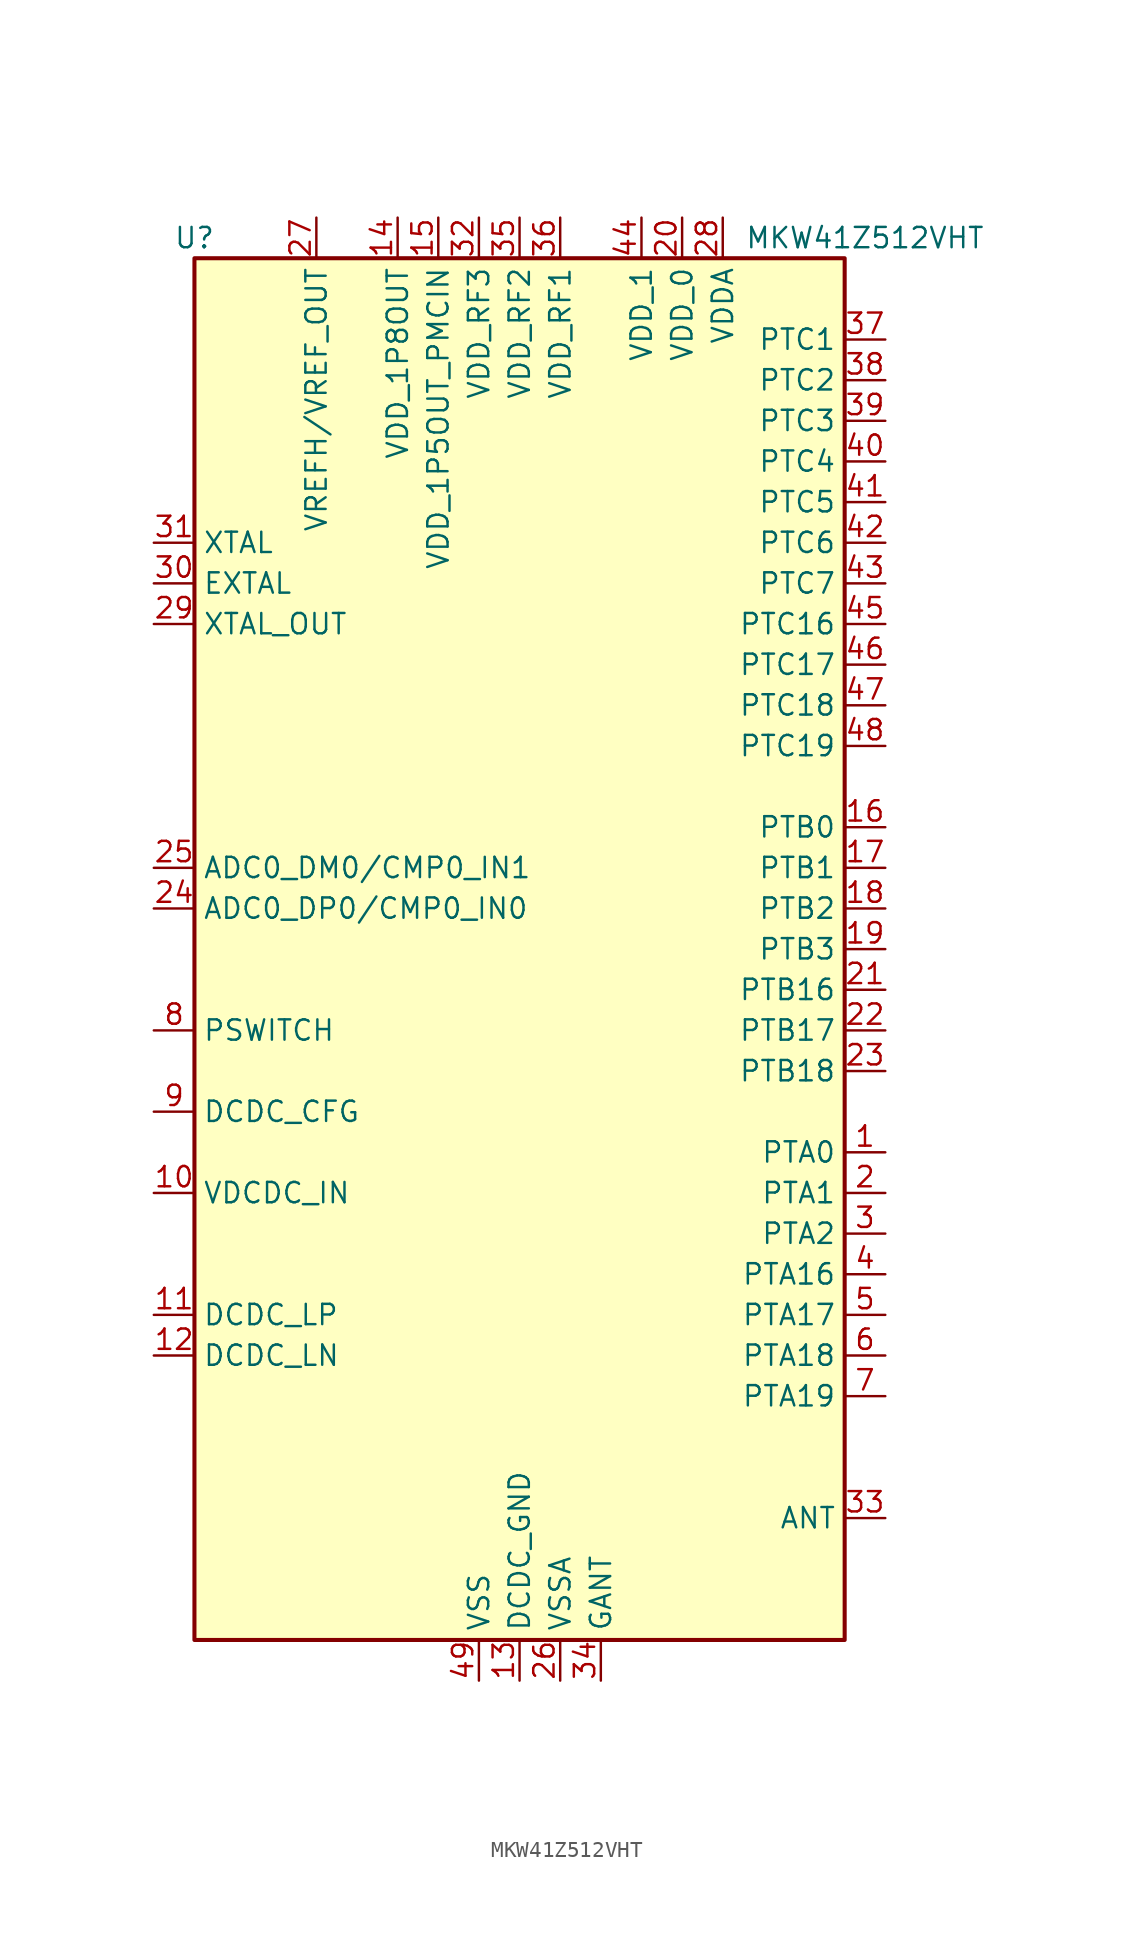
<source format=kicad_sym>
(kicad_symbol_lib
  (version 20200908)
  (generator kicad_symbol_editor)
  (symbol "MCU_NXP_Kinetis:MKW41Z512VHT"
    (property "Reference" "U"
      (at -20.32 44.45 0)
      (effects (font (size 1.27 1.27))))
    (property "Value" "MKW41Z512VHT"
      (at 21.59 44.45 0)
      (effects (font (size 1.27 1.27))))
    (symbol "MKW41Z512VHT_0_1"
      (rectangle (start -20.32 -43.18) (end 20.32 43.18) (stroke (width 0.254)) (fill (type background))))
    (symbol "MKW41Z512VHT_0_0"
      (pin bidirectional line (at 22.86 -12.7 180) (length 2.54) (name "PTA0" (effects (font (size 1.27 1.27)))) (number "1" (effects (font (size 1.27 1.27)))))
      (pin power_in line (at -22.86 -15.24 0) (length 2.54) (name "VDCDC_IN" (effects (font (size 1.27 1.27)))) (number "10" (effects (font (size 1.27 1.27)))))
      (pin passive line (at -22.86 -22.86 0) (length 2.54) (name "DCDC_LP" (effects (font (size 1.27 1.27)))) (number "11" (effects (font (size 1.27 1.27)))))
      (pin passive line (at -22.86 -25.4 0) (length 2.54) (name "DCDC_LN" (effects (font (size 1.27 1.27)))) (number "12" (effects (font (size 1.27 1.27)))))
      (pin power_in line (at 0 -45.72 90) (length 2.54) (name "DCDC_GND" (effects (font (size 1.27 1.27)))) (number "13" (effects (font (size 1.27 1.27)))))
      (pin power_out line (at -7.62 45.72 270) (length 2.54) (name "VDD_1P8OUT" (effects (font (size 1.27 1.27)))) (number "14" (effects (font (size 1.27 1.27)))))
      (pin power_out line (at -5.08 45.72 270) (length 2.54) (name "VDD_1P5OUT_PMCIN" (effects (font (size 1.27 1.27)))) (number "15" (effects (font (size 1.27 1.27)))))
      (pin bidirectional line (at 22.86 7.62 180) (length 2.54) (name "PTB0" (effects (font (size 1.27 1.27)))) (number "16" (effects (font (size 1.27 1.27)))))
      (pin bidirectional line (at 22.86 5.08 180) (length 2.54) (name "PTB1" (effects (font (size 1.27 1.27)))) (number "17" (effects (font (size 1.27 1.27)))))
      (pin bidirectional line (at 22.86 2.54 180) (length 2.54) (name "PTB2" (effects (font (size 1.27 1.27)))) (number "18" (effects (font (size 1.27 1.27)))))
      (pin bidirectional line (at 22.86 0 180) (length 2.54) (name "PTB3" (effects (font (size 1.27 1.27)))) (number "19" (effects (font (size 1.27 1.27)))))
      (pin bidirectional line (at 22.86 -15.24 180) (length 2.54) (name "PTA1" (effects (font (size 1.27 1.27)))) (number "2" (effects (font (size 1.27 1.27)))))
      (pin power_in line (at 10.16 45.72 270) (length 2.54) (name "VDD_0" (effects (font (size 1.27 1.27)))) (number "20" (effects (font (size 1.27 1.27)))))
      (pin bidirectional line (at 22.86 -2.54 180) (length 2.54) (name "PTB16" (effects (font (size 1.27 1.27)))) (number "21" (effects (font (size 1.27 1.27)))))
      (pin bidirectional line (at 22.86 -5.08 180) (length 2.54) (name "PTB17" (effects (font (size 1.27 1.27)))) (number "22" (effects (font (size 1.27 1.27)))))
      (pin bidirectional line (at 22.86 -7.62 180) (length 2.54) (name "PTB18" (effects (font (size 1.27 1.27)))) (number "23" (effects (font (size 1.27 1.27)))))
      (pin input line (at -22.86 2.54 0) (length 2.54) (name "ADC0_DP0/CMP0_IN0" (effects (font (size 1.27 1.27)))) (number "24" (effects (font (size 1.27 1.27)))))
      (pin input line (at -22.86 5.08 0) (length 2.54) (name "ADC0_DM0/CMP0_IN1" (effects (font (size 1.27 1.27)))) (number "25" (effects (font (size 1.27 1.27)))))
      (pin power_in line (at 2.54 -45.72 90) (length 2.54) (name "VSSA" (effects (font (size 1.27 1.27)))) (number "26" (effects (font (size 1.27 1.27)))))
      (pin bidirectional line (at -12.7 45.72 270) (length 2.54) (name "VREFH/VREF_OUT" (effects (font (size 1.27 1.27)))) (number "27" (effects (font (size 1.27 1.27)))))
      (pin power_in line (at 12.7 45.72 270) (length 2.54) (name "VDDA" (effects (font (size 1.27 1.27)))) (number "28" (effects (font (size 1.27 1.27)))))
      (pin output line (at -22.86 20.32 0) (length 2.54) (name "XTAL_OUT" (effects (font (size 1.27 1.27)))) (number "29" (effects (font (size 1.27 1.27)))))
      (pin bidirectional line (at 22.86 -17.78 180) (length 2.54) (name "PTA2" (effects (font (size 1.27 1.27)))) (number "3" (effects (font (size 1.27 1.27)))))
      (pin input line (at -22.86 22.86 0) (length 2.54) (name "EXTAL" (effects (font (size 1.27 1.27)))) (number "30" (effects (font (size 1.27 1.27)))))
      (pin input line (at -22.86 25.4 0) (length 2.54) (name "XTAL" (effects (font (size 1.27 1.27)))) (number "31" (effects (font (size 1.27 1.27)))))
      (pin power_in line (at -2.54 45.72 270) (length 2.54) (name "VDD_RF3" (effects (font (size 1.27 1.27)))) (number "32" (effects (font (size 1.27 1.27)))))
      (pin passive line (at 22.86 -35.56 180) (length 2.54) (name "ANT" (effects (font (size 1.27 1.27)))) (number "33" (effects (font (size 1.27 1.27)))))
      (pin power_in line (at 5.08 -45.72 90) (length 2.54) (name "GANT" (effects (font (size 1.27 1.27)))) (number "34" (effects (font (size 1.27 1.27)))))
      (pin power_in line (at 0 45.72 270) (length 2.54) (name "VDD_RF2" (effects (font (size 1.27 1.27)))) (number "35" (effects (font (size 1.27 1.27)))))
      (pin power_in line (at 2.54 45.72 270) (length 2.54) (name "VDD_RF1" (effects (font (size 1.27 1.27)))) (number "36" (effects (font (size 1.27 1.27)))))
      (pin bidirectional line (at 22.86 38.1 180) (length 2.54) (name "PTC1" (effects (font (size 1.27 1.27)))) (number "37" (effects (font (size 1.27 1.27)))))
      (pin bidirectional line (at 22.86 35.56 180) (length 2.54) (name "PTC2" (effects (font (size 1.27 1.27)))) (number "38" (effects (font (size 1.27 1.27)))))
      (pin bidirectional line (at 22.86 33.02 180) (length 2.54) (name "PTC3" (effects (font (size 1.27 1.27)))) (number "39" (effects (font (size 1.27 1.27)))))
      (pin bidirectional line (at 22.86 -20.32 180) (length 2.54) (name "PTA16" (effects (font (size 1.27 1.27)))) (number "4" (effects (font (size 1.27 1.27)))))
      (pin bidirectional line (at 22.86 30.48 180) (length 2.54) (name "PTC4" (effects (font (size 1.27 1.27)))) (number "40" (effects (font (size 1.27 1.27)))))
      (pin bidirectional line (at 22.86 27.94 180) (length 2.54) (name "PTC5" (effects (font (size 1.27 1.27)))) (number "41" (effects (font (size 1.27 1.27)))))
      (pin bidirectional line (at 22.86 25.4 180) (length 2.54) (name "PTC6" (effects (font (size 1.27 1.27)))) (number "42" (effects (font (size 1.27 1.27)))))
      (pin bidirectional line (at 22.86 22.86 180) (length 2.54) (name "PTC7" (effects (font (size 1.27 1.27)))) (number "43" (effects (font (size 1.27 1.27)))))
      (pin power_in line (at 7.62 45.72 270) (length 2.54) (name "VDD_1" (effects (font (size 1.27 1.27)))) (number "44" (effects (font (size 1.27 1.27)))))
      (pin bidirectional line (at 22.86 20.32 180) (length 2.54) (name "PTC16" (effects (font (size 1.27 1.27)))) (number "45" (effects (font (size 1.27 1.27)))))
      (pin bidirectional line (at 22.86 17.78 180) (length 2.54) (name "PTC17" (effects (font (size 1.27 1.27)))) (number "46" (effects (font (size 1.27 1.27)))))
      (pin bidirectional line (at 22.86 15.24 180) (length 2.54) (name "PTC18" (effects (font (size 1.27 1.27)))) (number "47" (effects (font (size 1.27 1.27)))))
      (pin bidirectional line (at 22.86 12.7 180) (length 2.54) (name "PTC19" (effects (font (size 1.27 1.27)))) (number "48" (effects (font (size 1.27 1.27)))))
      (pin power_in line (at -2.54 -45.72 90) (length 2.54) (name "VSS" (effects (font (size 1.27 1.27)))) (number "49" (effects (font (size 1.27 1.27)))))
      (pin bidirectional line (at 22.86 -22.86 180) (length 2.54) (name "PTA17" (effects (font (size 1.27 1.27)))) (number "5" (effects (font (size 1.27 1.27)))))
      (pin bidirectional line (at 22.86 -25.4 180) (length 2.54) (name "PTA18" (effects (font (size 1.27 1.27)))) (number "6" (effects (font (size 1.27 1.27)))))
      (pin bidirectional line (at 22.86 -27.94 180) (length 2.54) (name "PTA19" (effects (font (size 1.27 1.27)))) (number "7" (effects (font (size 1.27 1.27)))))
      (pin input line (at -22.86 -5.08 0) (length 2.54) (name "PSWITCH" (effects (font (size 1.27 1.27)))) (number "8" (effects (font (size 1.27 1.27)))))
      (pin input line (at -22.86 -10.16 0) (length 2.54) (name "DCDC_CFG" (effects (font (size 1.27 1.27)))) (number "9" (effects (font (size 1.27 1.27))))))))
</source>
